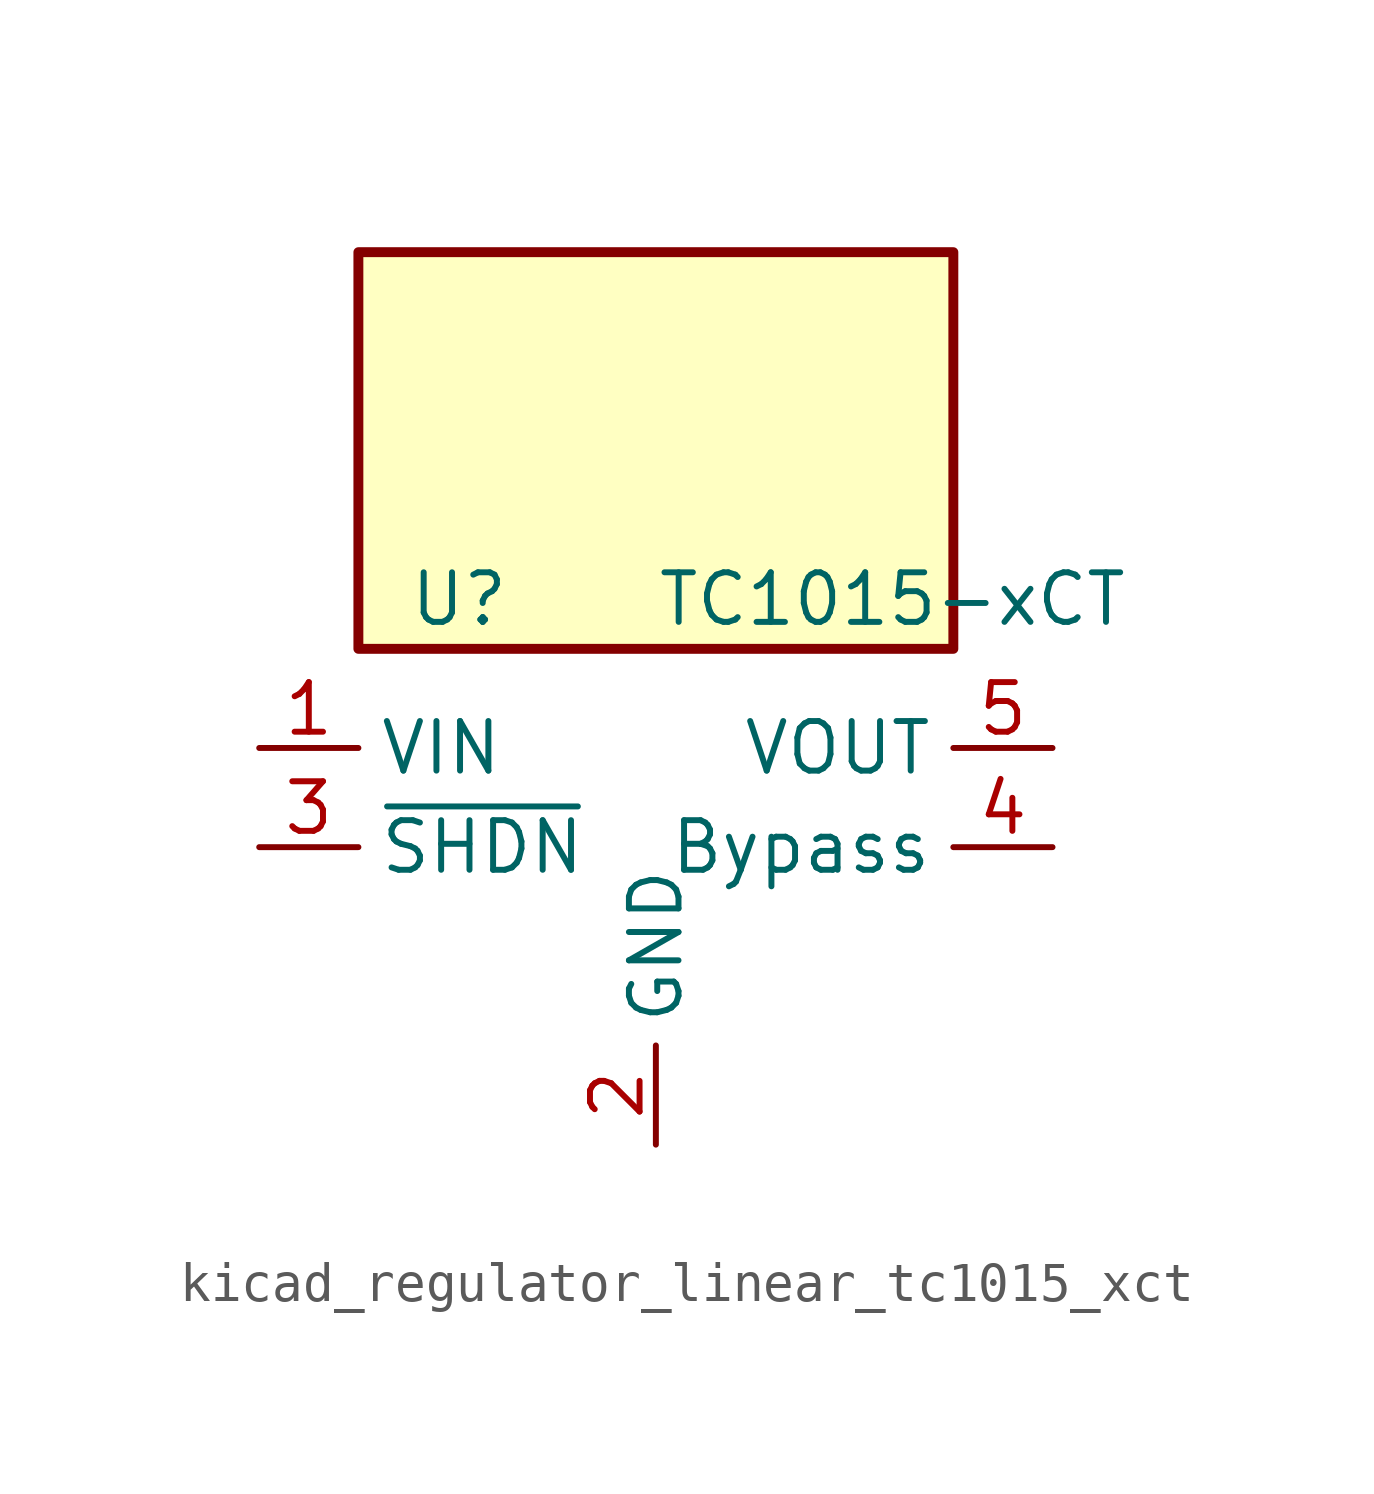
<source format=kicad_sym>
(kicad_symbol_lib
  (version 20220914)
  (generator kicad_symbol_editor)
  (symbol "kicad_regulator_linear_tc1015_xct"
    (property "Reference" "U"
      (at -6.35 6.35 0)
      (effects (font (size 1.27 1.27)) (justify left)))
    (property "Value" "TC1015-xCT"
      (at 0 6.35 0)
      (effects (font (size 1.27 1.27)) (justify left)))
    (symbol "kicad_regulator_linear_tc1015_xct_0_1"
      (rectangle (start 7.62 15.24) (end -7.62 5.08) (stroke (width 0.254) (type default)) (fill (type background))))
    (symbol "kicad_regulator_linear_tc1015_xct_1_1"
      (pin power_in line (at -10.16 2.54 0) (length 2.54) (name "VIN" (effects (font (size 1.27 1.27)))) (number "1" (effects (font (size 1.27 1.27)))))
      (pin power_in line (at 0 -7.62 90) (length 2.54) (name "GND" (effects (font (size 1.27 1.27)))) (number "2" (effects (font (size 1.27 1.27)))))
      (pin input line (at -10.16 0 0) (length 2.54) (name "~{SHDN}" (effects (font (size 1.27 1.27)))) (number "3" (effects (font (size 1.27 1.27)))))
      (pin passive line (at 10.16 0 180) (length 2.54) (name "Bypass" (effects (font (size 1.27 1.27)))) (number "4" (effects (font (size 1.27 1.27)))))
      (pin power_out line (at 10.16 2.54 180) (length 2.54) (name "VOUT" (effects (font (size 1.27 1.27)))) (number "5" (effects (font (size 1.27 1.27))))))))
</source>
